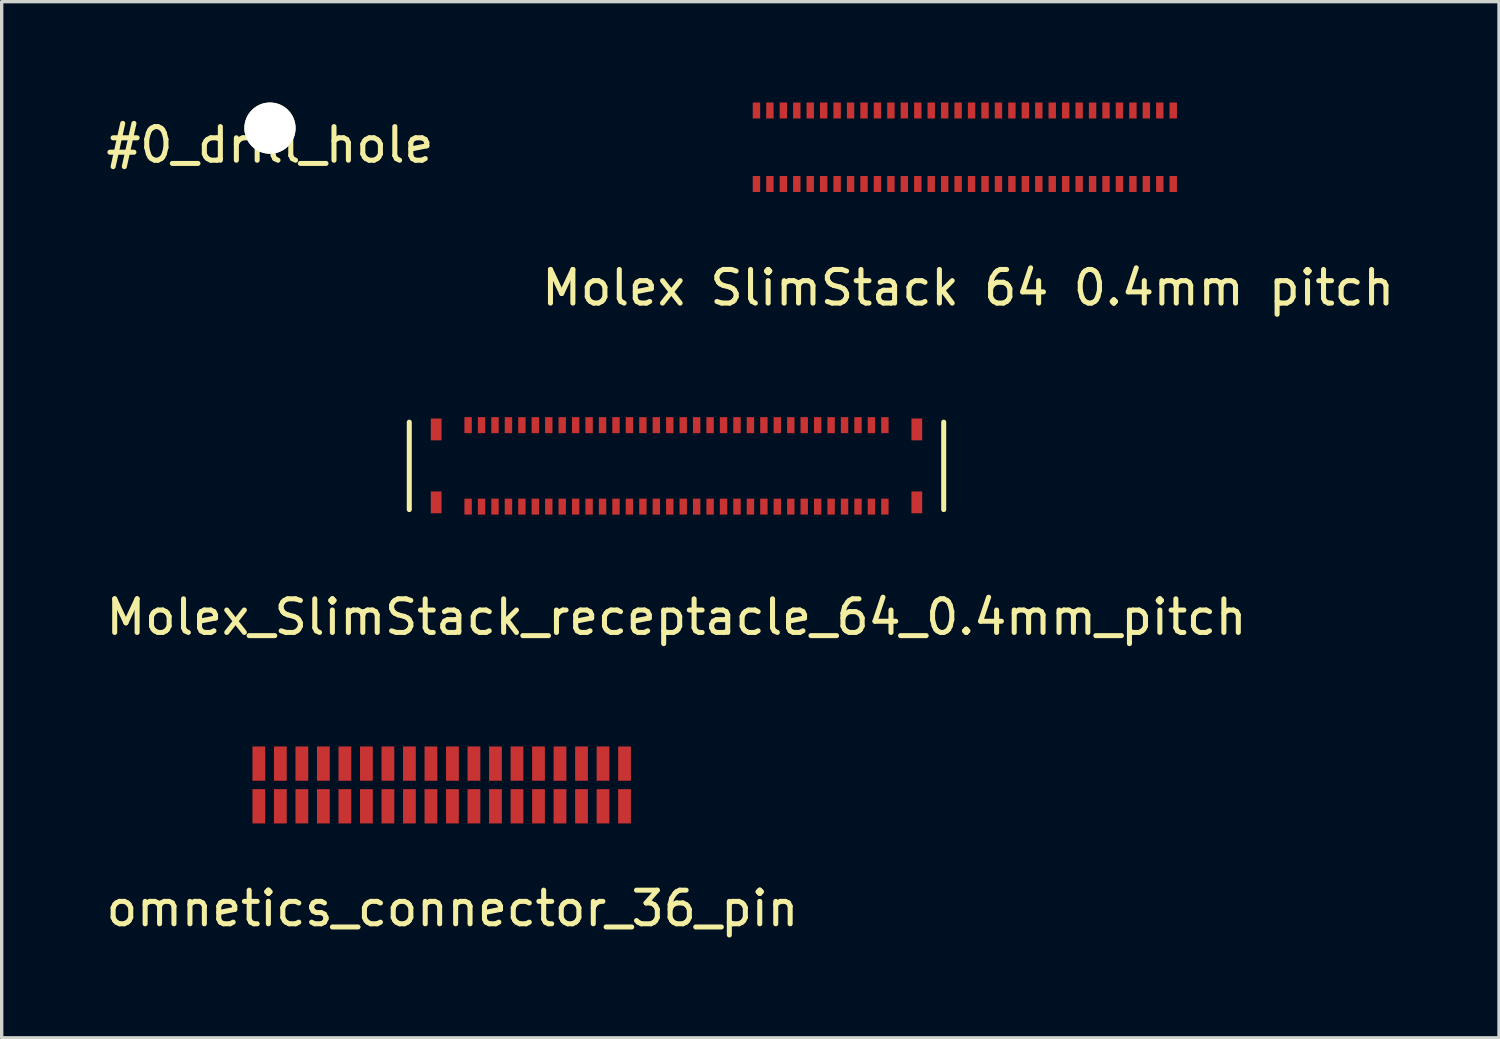
<source format=kicad_pcb>
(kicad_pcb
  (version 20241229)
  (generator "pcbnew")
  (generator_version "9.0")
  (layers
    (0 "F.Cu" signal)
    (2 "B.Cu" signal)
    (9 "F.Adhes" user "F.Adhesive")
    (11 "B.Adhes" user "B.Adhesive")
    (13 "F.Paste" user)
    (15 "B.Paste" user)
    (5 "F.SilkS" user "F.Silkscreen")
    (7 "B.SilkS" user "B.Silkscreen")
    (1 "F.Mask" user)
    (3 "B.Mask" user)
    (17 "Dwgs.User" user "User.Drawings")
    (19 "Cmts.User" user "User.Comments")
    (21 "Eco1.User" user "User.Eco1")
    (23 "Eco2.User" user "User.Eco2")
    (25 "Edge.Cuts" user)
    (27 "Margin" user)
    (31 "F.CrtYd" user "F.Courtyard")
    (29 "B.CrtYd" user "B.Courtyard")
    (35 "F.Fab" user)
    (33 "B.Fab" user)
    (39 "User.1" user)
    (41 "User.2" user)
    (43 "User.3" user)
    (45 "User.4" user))
  (footprint "Molex_SlimStack_receptacle_64_0.4mm_pitch"
    (layer "F.Cu")
    (at 17.077 10.811)
    (property "Reference" "Molex_SlimStack_receptacle_64_0.4mm_pitch" (at 0 4.5 0) (layer "F.SilkS") (effects (font (size 1 1) (thickness 0.15))))
    (attr through_hole)
    (fp_line (start -7.95 -1.3) (end -7.95 1.3) (stroke (width 0.15) (type solid)) (layer "F.SilkS"))
    (fp_line (start 7.95 -1.3) (end 7.95 1.3) (stroke (width 0.15) (type solid)) (layer "F.SilkS"))
    (pad "" smd rect (at -7.15 -1.085) (size 0.32 0.65) (layers "F.Cu" "F.Mask" "F.Paste"))
    (pad "" connect rect (at -7.15 -0.525) (size 0.32 0.35) (layers "F.Mask"))
    (pad "" connect rect (at -7.15 0.525) (size 0.32 0.35) (layers "F.Mask"))
    (pad "" smd rect (at -7.15 1.085) (size 0.32 0.65) (layers "F.Cu" "F.Mask" "F.Paste"))
    (pad "" smd rect (at 7.15 -1.085) (size 0.32 0.65) (layers "F.Cu" "F.Mask" "F.Paste"))
    (pad "" connect rect (at 7.15 -0.525) (size 0.32 0.35) (layers "F.Mask"))
    (pad "" connect rect (at 7.15 0.525) (size 0.32 0.35) (layers "F.Mask"))
    (pad "" smd rect (at 7.15 1.085) (size 0.32 0.65) (layers "F.Cu" "F.Mask" "F.Paste"))
    (pad "1" smd rect (at -6.2 1.212) (size 0.22 0.475) (layers "F.Cu" "F.Mask" "F.Paste"))
    (pad "2" smd rect (at -6.2 -1.212) (size 0.22 0.475) (layers "F.Cu" "F.Mask" "F.Paste"))
    (pad "3" smd rect (at -5.8 1.212) (size 0.22 0.475) (layers "F.Cu" "F.Mask" "F.Paste"))
    (pad "4" smd rect (at -5.8 -1.212) (size 0.22 0.475) (layers "F.Cu" "F.Mask" "F.Paste"))
    (pad "5" smd rect (at -5.4 1.212) (size 0.22 0.475) (layers "F.Cu" "F.Mask" "F.Paste"))
    (pad "6" smd rect (at -5.4 -1.212) (size 0.22 0.475) (layers "F.Cu" "F.Mask" "F.Paste"))
    (pad "7" smd rect (at -5 1.212) (size 0.22 0.475) (layers "F.Cu" "F.Mask" "F.Paste"))
    (pad "8" smd rect (at -5 -1.212) (size 0.22 0.475) (layers "F.Cu" "F.Mask" "F.Paste"))
    (pad "9" smd rect (at -4.6 1.212) (size 0.22 0.475) (layers "F.Cu" "F.Mask" "F.Paste"))
    (pad "10" smd rect (at -4.6 -1.212) (size 0.22 0.475) (layers "F.Cu" "F.Mask" "F.Paste"))
    (pad "11" smd rect (at -4.2 1.212) (size 0.22 0.475) (layers "F.Cu" "F.Mask" "F.Paste"))
    (pad "12" smd rect (at -4.2 -1.212) (size 0.22 0.475) (layers "F.Cu" "F.Mask" "F.Paste"))
    (pad "13" smd rect (at -3.8 1.212) (size 0.22 0.475) (layers "F.Cu" "F.Mask" "F.Paste"))
    (pad "14" smd rect (at -3.8 -1.212) (size 0.22 0.475) (layers "F.Cu" "F.Mask" "F.Paste"))
    (pad "15" smd rect (at -3.4 1.212) (size 0.22 0.475) (layers "F.Cu" "F.Mask" "F.Paste"))
    (pad "16" smd rect (at -3.4 -1.212) (size 0.22 0.475) (layers "F.Cu" "F.Mask" "F.Paste"))
    (pad "17" smd rect (at -3 1.212) (size 0.22 0.475) (layers "F.Cu" "F.Mask" "F.Paste"))
    (pad "18" smd rect (at -3 -1.212) (size 0.22 0.475) (layers "F.Cu" "F.Mask" "F.Paste"))
    (pad "19" smd rect (at -2.6 1.212) (size 0.22 0.475) (layers "F.Cu" "F.Mask" "F.Paste"))
    (pad "20" smd rect (at -2.6 -1.212) (size 0.22 0.475) (layers "F.Cu" "F.Mask" "F.Paste"))
    (pad "21" smd rect (at -2.2 1.212) (size 0.22 0.475) (layers "F.Cu" "F.Mask" "F.Paste"))
    (pad "22" smd rect (at -2.2 -1.212) (size 0.22 0.475) (layers "F.Cu" "F.Mask" "F.Paste"))
    (pad "23" smd rect (at -1.8 1.212) (size 0.22 0.475) (layers "F.Cu" "F.Mask" "F.Paste"))
    (pad "24" smd rect (at -1.8 -1.212) (size 0.22 0.475) (layers "F.Cu" "F.Mask" "F.Paste"))
    (pad "25" smd rect (at -1.4 1.212) (size 0.22 0.475) (layers "F.Cu" "F.Mask" "F.Paste"))
    (pad "26" smd rect (at -1.4 -1.212) (size 0.22 0.475) (layers "F.Cu" "F.Mask" "F.Paste"))
    (pad "27" smd rect (at -1 1.212) (size 0.22 0.475) (layers "F.Cu" "F.Mask" "F.Paste"))
    (pad "28" smd rect (at -1 -1.212) (size 0.22 0.475) (layers "F.Cu" "F.Mask" "F.Paste"))
    (pad "29" smd rect (at -0.6 1.212) (size 0.22 0.475) (layers "F.Cu" "F.Mask" "F.Paste"))
    (pad "30" smd rect (at -0.6 -1.212) (size 0.22 0.475) (layers "F.Cu" "F.Mask" "F.Paste"))
    (pad "31" smd rect (at -0.2 1.212) (size 0.22 0.475) (layers "F.Cu" "F.Mask" "F.Paste"))
    (pad "32" smd rect (at -0.2 -1.212) (size 0.22 0.475) (layers "F.Cu" "F.Mask" "F.Paste"))
    (pad "33" smd rect (at 0.2 1.212) (size 0.22 0.475) (layers "F.Cu" "F.Mask" "F.Paste"))
    (pad "34" smd rect (at 0.2 -1.212) (size 0.22 0.475) (layers "F.Cu" "F.Mask" "F.Paste"))
    (pad "35" smd rect (at 0.6 1.212) (size 0.22 0.475) (layers "F.Cu" "F.Mask" "F.Paste"))
    (pad "36" smd rect (at 0.6 -1.212) (size 0.22 0.475) (layers "F.Cu" "F.Mask" "F.Paste"))
    (pad "37" smd rect (at 1 1.212) (size 0.22 0.475) (layers "F.Cu" "F.Mask" "F.Paste"))
    (pad "38" smd rect (at 1 -1.212) (size 0.22 0.475) (layers "F.Cu" "F.Mask" "F.Paste"))
    (pad "39" smd rect (at 1.4 1.212) (size 0.22 0.475) (layers "F.Cu" "F.Mask" "F.Paste"))
    (pad "40" smd rect (at 1.4 -1.212) (size 0.22 0.475) (layers "F.Cu" "F.Mask" "F.Paste"))
    (pad "41" smd rect (at 1.8 1.212) (size 0.22 0.475) (layers "F.Cu" "F.Mask" "F.Paste"))
    (pad "42" smd rect (at 1.8 -1.212) (size 0.22 0.475) (layers "F.Cu" "F.Mask" "F.Paste"))
    (pad "43" smd rect (at 2.2 1.212) (size 0.22 0.475) (layers "F.Cu" "F.Mask" "F.Paste"))
    (pad "44" smd rect (at 2.2 -1.212) (size 0.22 0.475) (layers "F.Cu" "F.Mask" "F.Paste"))
    (pad "45" smd rect (at 2.6 1.212) (size 0.22 0.475) (layers "F.Cu" "F.Mask" "F.Paste"))
    (pad "46" smd rect (at 2.6 -1.212) (size 0.22 0.475) (layers "F.Cu" "F.Mask" "F.Paste"))
    (pad "47" smd rect (at 3 1.212) (size 0.22 0.475) (layers "F.Cu" "F.Mask" "F.Paste"))
    (pad "48" smd rect (at 3 -1.212) (size 0.22 0.475) (layers "F.Cu" "F.Mask" "F.Paste"))
    (pad "49" smd rect (at 3.4 1.212) (size 0.22 0.475) (layers "F.Cu" "F.Mask" "F.Paste"))
    (pad "50" smd rect (at 3.4 -1.212) (size 0.22 0.475) (layers "F.Cu" "F.Mask" "F.Paste"))
    (pad "51" smd rect (at 3.8 1.212) (size 0.22 0.475) (layers "F.Cu" "F.Mask" "F.Paste"))
    (pad "52" smd rect (at 3.8 -1.212) (size 0.22 0.475) (layers "F.Cu" "F.Mask" "F.Paste"))
    (pad "53" smd rect (at 4.2 1.212) (size 0.22 0.475) (layers "F.Cu" "F.Mask" "F.Paste"))
    (pad "54" smd rect (at 4.2 -1.212) (size 0.22 0.475) (layers "F.Cu" "F.Mask" "F.Paste"))
    (pad "55" smd rect (at 4.6 1.212) (size 0.22 0.475) (layers "F.Cu" "F.Mask" "F.Paste"))
    (pad "56" smd rect (at 4.6 -1.212) (size 0.22 0.475) (layers "F.Cu" "F.Mask" "F.Paste"))
    (pad "57" smd rect (at 5 1.212) (size 0.22 0.475) (layers "F.Cu" "F.Mask" "F.Paste"))
    (pad "58" smd rect (at 5 -1.212) (size 0.22 0.475) (layers "F.Cu" "F.Mask" "F.Paste"))
    (pad "59" smd rect (at 5.4 1.212) (size 0.22 0.475) (layers "F.Cu" "F.Mask" "F.Paste"))
    (pad "60" smd rect (at 5.4 -1.212) (size 0.22 0.475) (layers "F.Cu" "F.Mask" "F.Paste"))
    (pad "61" smd rect (at 5.8 1.212) (size 0.22 0.475) (layers "F.Cu" "F.Mask" "F.Paste"))
    (pad "62" smd rect (at 5.8 -1.212) (size 0.22 0.475) (layers "F.Cu" "F.Mask" "F.Paste"))
    (pad "63" smd rect (at 6.2 1.212) (size 0.22 0.475) (layers "F.Cu" "F.Mask" "F.Paste"))
    (pad "64" smd rect (at 6.2 -1.212) (size 0.22 0.475) (layers "F.Cu" "F.Mask" "F.Paste")))
  (footprint "#0_drill_hole"
    (layer "F.Cu")
    (at 4.982 0.762)
    (property "Reference" "#0_drill_hole" (at 0 0.5 0) (layer "F.SilkS") (effects (font (size 1 1) (thickness 0.15))))
    (attr through_hole)
    (pad "" np_thru_hole circle (at 0 0) (size 1.524 1.524) (drill 1.524) (layers "*.Cu" "*.Mask" "F.SilkS")))
  (footprint "omnetics_connector_36_pin"
    (layer "F.Cu")
    (at 10.411 23.479)
    (property "Reference" "omnetics_connector_36_pin" (at 0 0.5 0) (layer "F.SilkS") (effects (font (size 1 1) (thickness 0.15))))
    (attr through_hole)
    (pad "1" smd rect (at -5.76 -2.54) (size 0.38 1.02) (layers "F.Cu" "F.Mask" "F.Paste"))
    (pad "2" smd rect (at -5.76 -3.81) (size 0.38 1.02) (layers "F.Cu" "F.Mask" "F.Paste"))
    (pad "3" smd rect (at -5.12 -2.54) (size 0.38 1.02) (layers "F.Cu" "F.Mask" "F.Paste"))
    (pad "4" smd rect (at -5.12 -3.81) (size 0.38 1.02) (layers "F.Cu" "F.Mask" "F.Paste"))
    (pad "5" smd rect (at -4.48 -2.54) (size 0.38 1.02) (layers "F.Cu" "F.Mask" "F.Paste"))
    (pad "6" smd rect (at -4.48 -3.81) (size 0.38 1.02) (layers "F.Cu" "F.Mask" "F.Paste"))
    (pad "7" smd rect (at -3.84 -2.54) (size 0.38 1.02) (layers "F.Cu" "F.Mask" "F.Paste"))
    (pad "8" smd rect (at -3.84 -3.81) (size 0.38 1.02) (layers "F.Cu" "F.Mask" "F.Paste"))
    (pad "9" smd rect (at -3.2 -2.54) (size 0.38 1.02) (layers "F.Cu" "F.Mask" "F.Paste"))
    (pad "10" smd rect (at -3.2 -3.81) (size 0.38 1.02) (layers "F.Cu" "F.Mask" "F.Paste"))
    (pad "11" smd rect (at -2.56 -2.54) (size 0.38 1.02) (layers "F.Cu" "F.Mask" "F.Paste"))
    (pad "12" smd rect (at -2.56 -3.81) (size 0.38 1.02) (layers "F.Cu" "F.Mask" "F.Paste"))
    (pad "13" smd rect (at -1.92 -2.54) (size 0.38 1.02) (layers "F.Cu" "F.Mask" "F.Paste"))
    (pad "14" smd rect (at -1.92 -3.81) (size 0.38 1.02) (layers "F.Cu" "F.Mask" "F.Paste"))
    (pad "15" smd rect (at -1.28 -2.54) (size 0.38 1.02) (layers "F.Cu" "F.Mask" "F.Paste"))
    (pad "16" smd rect (at -1.28 -3.81) (size 0.38 1.02) (layers "F.Cu" "F.Mask" "F.Paste"))
    (pad "17" smd rect (at -0.64 -2.54) (size 0.38 1.02) (layers "F.Cu" "F.Mask" "F.Paste"))
    (pad "18" smd rect (at -0.64 -3.81) (size 0.38 1.02) (layers "F.Cu" "F.Mask" "F.Paste"))
    (pad "19" smd rect (at 0 -2.54) (size 0.38 1.02) (layers "F.Cu" "F.Mask" "F.Paste"))
    (pad "20" smd rect (at 0 -3.81) (size 0.38 1.02) (layers "F.Cu" "F.Mask" "F.Paste"))
    (pad "21" smd rect (at 0.64 -2.54) (size 0.38 1.02) (layers "F.Cu" "F.Mask" "F.Paste"))
    (pad "22" smd rect (at 0.64 -3.81) (size 0.38 1.02) (layers "F.Cu" "F.Mask" "F.Paste"))
    (pad "23" smd rect (at 1.28 -2.54) (size 0.38 1.02) (layers "F.Cu" "F.Mask" "F.Paste"))
    (pad "24" smd rect (at 1.28 -3.81) (size 0.38 1.02) (layers "F.Cu" "F.Mask" "F.Paste"))
    (pad "25" smd rect (at 1.92 -2.54) (size 0.38 1.02) (layers "F.Cu" "F.Mask" "F.Paste"))
    (pad "26" smd rect (at 1.92 -3.81) (size 0.38 1.02) (layers "F.Cu" "F.Mask" "F.Paste"))
    (pad "27" smd rect (at 2.56 -2.54) (size 0.38 1.02) (layers "F.Cu" "F.Mask" "F.Paste"))
    (pad "28" smd rect (at 2.56 -3.81) (size 0.38 1.02) (layers "F.Cu" "F.Mask" "F.Paste"))
    (pad "29" smd rect (at 3.2 -2.54) (size 0.38 1.02) (layers "F.Cu" "F.Mask" "F.Paste"))
    (pad "30" smd rect (at 3.2 -3.81) (size 0.38 1.02) (layers "F.Cu" "F.Mask" "F.Paste"))
    (pad "31" smd rect (at 3.84 -2.54) (size 0.38 1.02) (layers "F.Cu" "F.Mask" "F.Paste"))
    (pad "32" smd rect (at 3.84 -3.81) (size 0.38 1.02) (layers "F.Cu" "F.Mask" "F.Paste"))
    (pad "33" smd rect (at 4.48 -2.54) (size 0.38 1.02) (layers "F.Cu" "F.Mask" "F.Paste"))
    (pad "34" smd rect (at 4.48 -3.81) (size 0.38 1.02) (layers "F.Cu" "F.Mask" "F.Paste"))
    (pad "35" smd rect (at 5.12 -2.54) (size 0.38 1.02) (layers "F.Cu" "F.Mask" "F.Paste"))
    (pad "36" smd rect (at 5.12 -3.81) (size 0.38 1.02) (layers "F.Cu" "F.Mask" "F.Paste")))
  (footprint "Molex SlimStack 64 0.4mm pitch"
    (layer "F.Cu")
    (at 25.456 4.612)
    (property "Reference" "Molex SlimStack 64 0.4mm pitch" (at 0.3 0.9 0) (layer "F.SilkS") (effects (font (size 1 1) (thickness 0.15))))
    (attr through_hole)
    (pad "1" smd rect (at -6 -2.188) (size 0.22 0.475) (layers "F.Cu" "F.Mask" "F.Paste"))
    (pad "2" smd rect (at -6 -4.375) (size 0.22 0.475) (layers "F.Cu" "F.Mask" "F.Paste"))
    (pad "3" smd rect (at -5.6 -2.188) (size 0.22 0.475) (layers "F.Cu" "F.Mask" "F.Paste"))
    (pad "4" smd rect (at -5.6 -4.375) (size 0.22 0.475) (layers "F.Cu" "F.Mask" "F.Paste"))
    (pad "5" smd rect (at -5.2 -2.188) (size 0.22 0.475) (layers "F.Cu" "F.Mask" "F.Paste"))
    (pad "6" smd rect (at -5.2 -4.375) (size 0.22 0.475) (layers "F.Cu" "F.Mask" "F.Paste"))
    (pad "7" smd rect (at -4.8 -2.188) (size 0.22 0.475) (layers "F.Cu" "F.Mask" "F.Paste"))
    (pad "8" smd rect (at -4.8 -4.375) (size 0.22 0.475) (layers "F.Cu" "F.Mask" "F.Paste"))
    (pad "9" smd rect (at -4.4 -2.188) (size 0.22 0.475) (layers "F.Cu" "F.Mask" "F.Paste"))
    (pad "10" smd rect (at -4.4 -4.375) (size 0.22 0.475) (layers "F.Cu" "F.Mask" "F.Paste"))
    (pad "11" smd rect (at -4 -2.188) (size 0.22 0.475) (layers "F.Cu" "F.Mask" "F.Paste"))
    (pad "12" smd rect (at -4 -4.375) (size 0.22 0.475) (layers "F.Cu" "F.Mask" "F.Paste"))
    (pad "13" smd rect (at -3.6 -2.188) (size 0.22 0.475) (layers "F.Cu" "F.Mask" "F.Paste"))
    (pad "14" smd rect (at -3.6 -4.375) (size 0.22 0.475) (layers "F.Cu" "F.Mask" "F.Paste"))
    (pad "15" smd rect (at -3.2 -2.188) (size 0.22 0.475) (layers "F.Cu" "F.Mask" "F.Paste"))
    (pad "16" smd rect (at -3.2 -4.375) (size 0.22 0.475) (layers "F.Cu" "F.Mask" "F.Paste"))
    (pad "17" smd rect (at -2.8 -2.188) (size 0.22 0.475) (layers "F.Cu" "F.Mask" "F.Paste"))
    (pad "18" smd rect (at -2.8 -4.375) (size 0.22 0.475) (layers "F.Cu" "F.Mask" "F.Paste"))
    (pad "19" smd rect (at -2.4 -2.188) (size 0.22 0.475) (layers "F.Cu" "F.Mask" "F.Paste"))
    (pad "20" smd rect (at -2.4 -4.375) (size 0.22 0.475) (layers "F.Cu" "F.Mask" "F.Paste"))
    (pad "21" smd rect (at -2 -2.188) (size 0.22 0.475) (layers "F.Cu" "F.Mask" "F.Paste"))
    (pad "22" smd rect (at -2 -4.375) (size 0.22 0.475) (layers "F.Cu" "F.Mask" "F.Paste"))
    (pad "23" smd rect (at -1.6 -2.188) (size 0.22 0.475) (layers "F.Cu" "F.Mask" "F.Paste"))
    (pad "24" smd rect (at -1.6 -4.375) (size 0.22 0.475) (layers "F.Cu" "F.Mask" "F.Paste"))
    (pad "25" smd rect (at -1.2 -2.188) (size 0.22 0.475) (layers "F.Cu" "F.Mask" "F.Paste"))
    (pad "26" smd rect (at -1.2 -4.375) (size 0.22 0.475) (layers "F.Cu" "F.Mask" "F.Paste"))
    (pad "27" smd rect (at -0.8 -2.188) (size 0.22 0.475) (layers "F.Cu" "F.Mask" "F.Paste"))
    (pad "28" smd rect (at -0.8 -4.375) (size 0.22 0.475) (layers "F.Cu" "F.Mask" "F.Paste"))
    (pad "29" smd rect (at -0.4 -2.188) (size 0.22 0.475) (layers "F.Cu" "F.Mask" "F.Paste"))
    (pad "30" smd rect (at -0.4 -4.375) (size 0.22 0.475) (layers "F.Cu" "F.Mask" "F.Paste"))
    (pad "31" smd rect (at 0 -2.188) (size 0.22 0.475) (layers "F.Cu" "F.Mask" "F.Paste"))
    (pad "32" smd rect (at 0 -4.375) (size 0.22 0.475) (layers "F.Cu" "F.Mask" "F.Paste"))
    (pad "33" smd rect (at 0.4 -2.188) (size 0.22 0.475) (layers "F.Cu" "F.Mask" "F.Paste"))
    (pad "34" smd rect (at 0.4 -4.375) (size 0.22 0.475) (layers "F.Cu" "F.Mask" "F.Paste"))
    (pad "35" smd rect (at 0.8 -2.188) (size 0.22 0.475) (layers "F.Cu" "F.Mask" "F.Paste"))
    (pad "36" smd rect (at 0.8 -4.375) (size 0.22 0.475) (layers "F.Cu" "F.Mask" "F.Paste"))
    (pad "37" smd rect (at 1.2 -2.188) (size 0.22 0.475) (layers "F.Cu" "F.Mask" "F.Paste"))
    (pad "38" smd rect (at 1.2 -4.375) (size 0.22 0.475) (layers "F.Cu" "F.Mask" "F.Paste"))
    (pad "39" smd rect (at 1.6 -2.188) (size 0.22 0.475) (layers "F.Cu" "F.Mask" "F.Paste"))
    (pad "40" smd rect (at 1.6 -4.375) (size 0.22 0.475) (layers "F.Cu" "F.Mask" "F.Paste"))
    (pad "41" smd rect (at 2 -2.188) (size 0.22 0.475) (layers "F.Cu" "F.Mask" "F.Paste"))
    (pad "42" smd rect (at 2 -4.375) (size 0.22 0.475) (layers "F.Cu" "F.Mask" "F.Paste"))
    (pad "43" smd rect (at 2.4 -2.188) (size 0.22 0.475) (layers "F.Cu" "F.Mask" "F.Paste"))
    (pad "44" smd rect (at 2.4 -4.375) (size 0.22 0.475) (layers "F.Cu" "F.Mask" "F.Paste"))
    (pad "45" smd rect (at 2.8 -2.188) (size 0.22 0.475) (layers "F.Cu" "F.Mask" "F.Paste"))
    (pad "46" smd rect (at 2.8 -4.375) (size 0.22 0.475) (layers "F.Cu" "F.Mask" "F.Paste"))
    (pad "47" smd rect (at 3.2 -2.188) (size 0.22 0.475) (layers "F.Cu" "F.Mask" "F.Paste"))
    (pad "48" smd rect (at 3.2 -4.375) (size 0.22 0.475) (layers "F.Cu" "F.Mask" "F.Paste"))
    (pad "49" smd rect (at 3.6 -2.188) (size 0.22 0.475) (layers "F.Cu" "F.Mask" "F.Paste"))
    (pad "50" smd rect (at 3.6 -4.375) (size 0.22 0.475) (layers "F.Cu" "F.Mask" "F.Paste"))
    (pad "51" smd rect (at 4 -2.188) (size 0.22 0.475) (layers "F.Cu" "F.Mask" "F.Paste"))
    (pad "52" smd rect (at 4 -4.375) (size 0.22 0.475) (layers "F.Cu" "F.Mask" "F.Paste"))
    (pad "53" smd rect (at 4.4 -2.188) (size 0.22 0.475) (layers "F.Cu" "F.Mask" "F.Paste"))
    (pad "54" smd rect (at 4.4 -4.375) (size 0.22 0.475) (layers "F.Cu" "F.Mask" "F.Paste"))
    (pad "55" smd rect (at 4.8 -2.188) (size 0.22 0.475) (layers "F.Cu" "F.Mask" "F.Paste"))
    (pad "56" smd rect (at 4.8 -4.375) (size 0.22 0.475) (layers "F.Cu" "F.Mask" "F.Paste"))
    (pad "57" smd rect (at 5.2 -2.188) (size 0.22 0.475) (layers "F.Cu" "F.Mask" "F.Paste"))
    (pad "58" smd rect (at 5.2 -4.375) (size 0.22 0.475) (layers "F.Cu" "F.Mask" "F.Paste"))
    (pad "59" smd rect (at 5.6 -2.188) (size 0.22 0.475) (layers "F.Cu" "F.Mask" "F.Paste"))
    (pad "60" smd rect (at 5.6 -4.375) (size 0.22 0.475) (layers "F.Cu" "F.Mask" "F.Paste"))
    (pad "61" smd rect (at 6 -2.188) (size 0.22 0.475) (layers "F.Cu" "F.Mask" "F.Paste"))
    (pad "62" smd rect (at 6 -4.375) (size 0.22 0.475) (layers "F.Cu" "F.Mask" "F.Paste"))
    (pad "63" smd rect (at 6.4 -2.188) (size 0.22 0.475) (layers "F.Cu" "F.Mask" "F.Paste"))
    (pad "64" smd rect (at 6.4 -4.375) (size 0.22 0.475) (layers "F.Cu" "F.Mask" "F.Paste")))
  (gr_rect
    (start -3 -3)
    (end 41.548 27.827)
    (stroke (width 0.1) (type default))
    (fill no)
    (layer "Edge.Cuts")))
</source>
